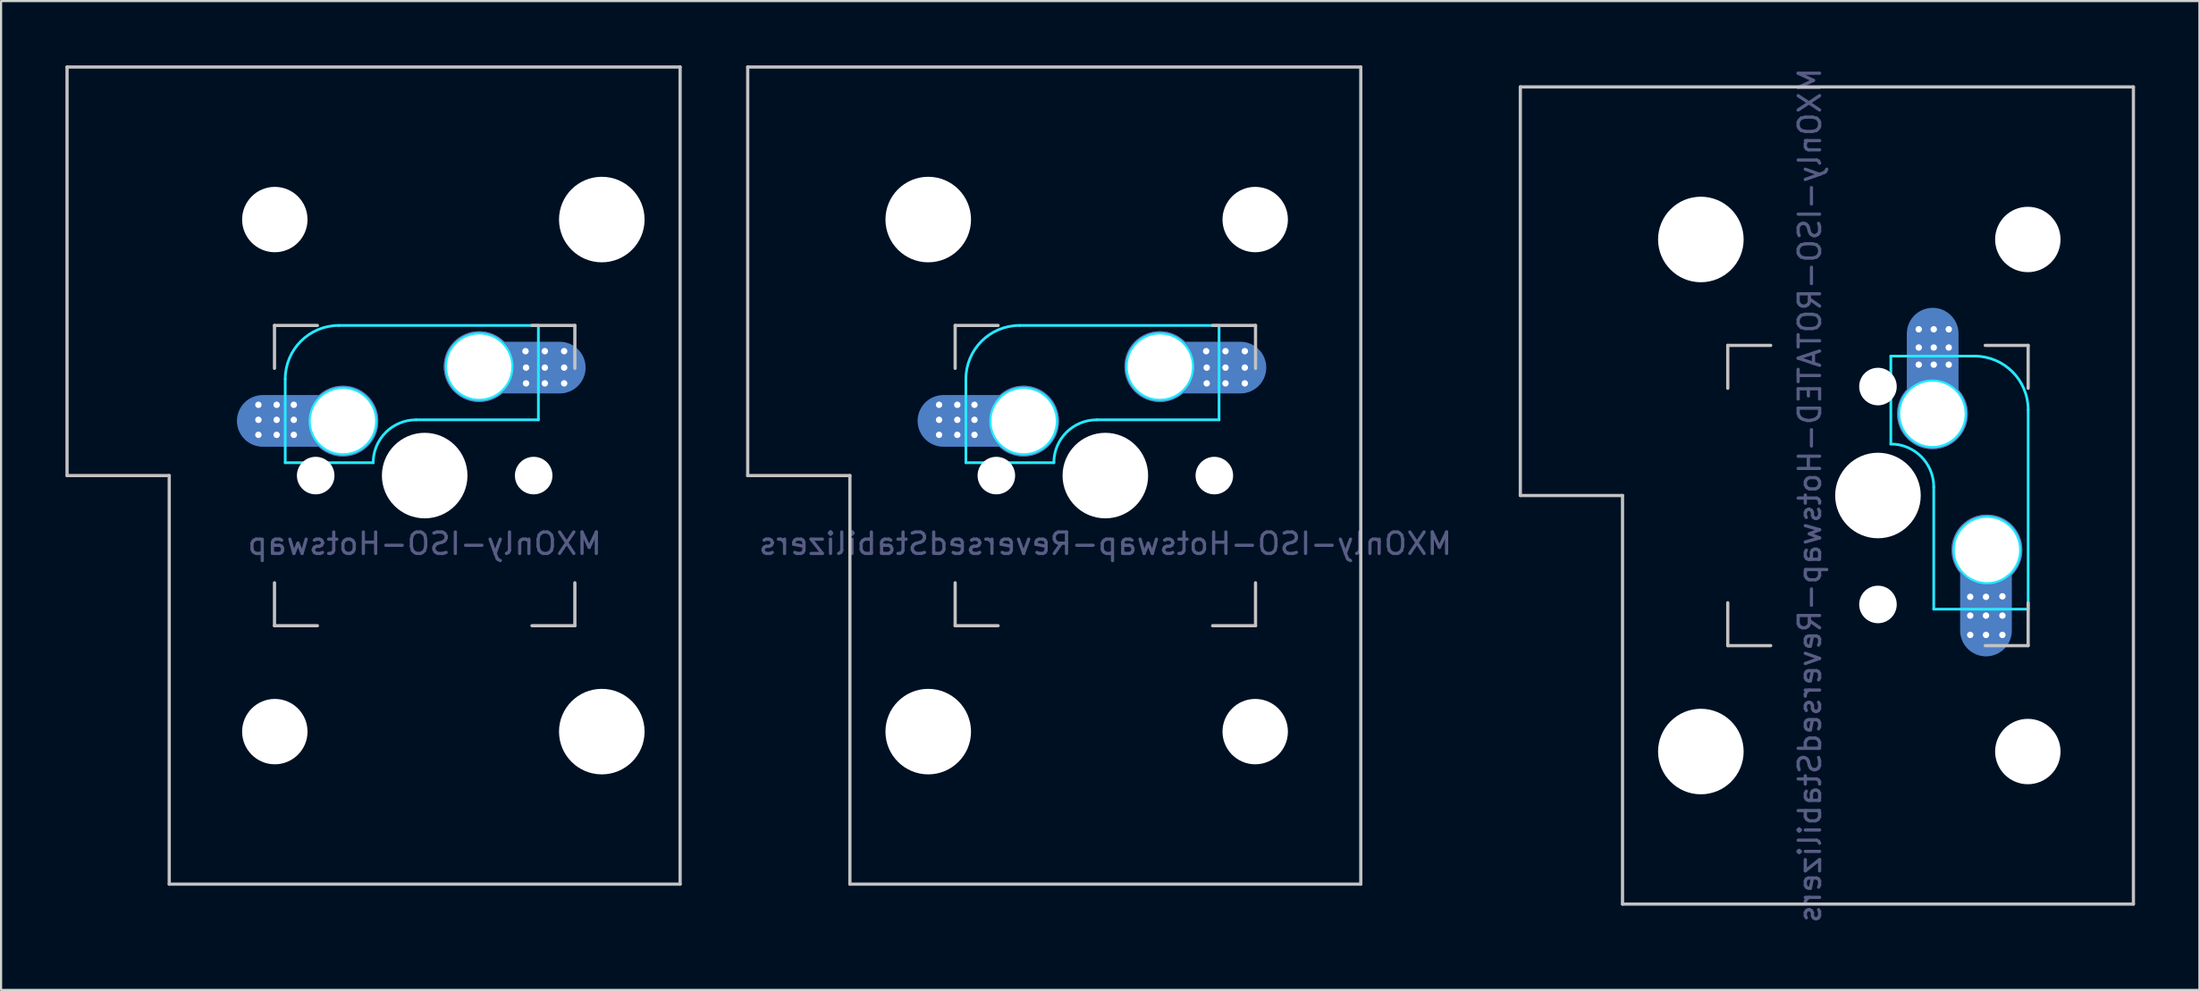
<source format=kicad_pcb>
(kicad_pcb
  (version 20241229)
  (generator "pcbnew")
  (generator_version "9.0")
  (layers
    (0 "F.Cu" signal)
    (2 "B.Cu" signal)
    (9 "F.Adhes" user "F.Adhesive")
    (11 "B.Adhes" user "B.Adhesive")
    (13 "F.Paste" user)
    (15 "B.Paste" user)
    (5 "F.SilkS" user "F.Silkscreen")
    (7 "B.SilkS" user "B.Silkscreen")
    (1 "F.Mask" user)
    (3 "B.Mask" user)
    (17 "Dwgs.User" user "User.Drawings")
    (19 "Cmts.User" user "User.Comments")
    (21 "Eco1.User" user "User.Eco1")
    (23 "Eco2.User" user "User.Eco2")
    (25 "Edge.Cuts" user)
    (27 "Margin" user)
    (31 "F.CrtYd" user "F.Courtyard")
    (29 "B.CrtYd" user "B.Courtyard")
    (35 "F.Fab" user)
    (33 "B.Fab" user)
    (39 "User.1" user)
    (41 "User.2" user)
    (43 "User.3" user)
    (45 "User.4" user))
  (footprint "MXOnly-ISO-Hotswap"
    (layer "F.Cu")
    (at 16.744 19.125)
    (property "Reference" "MXOnly-ISO-Hotswap" (at 0 3.175 0) (layer "B.Fab") (effects (font (size 1 1) (thickness 0.15)) (justify mirror)))
    (attr through_hole)
    (fp_line (start -16.669 -19.05) (end -16.669 0) (stroke (width 0.15) (type solid)) (layer "Dwgs.User"))
    (fp_line (start -16.669 -19.05) (end 11.906 -19.05) (stroke (width 0.15) (type solid)) (layer "Dwgs.User"))
    (fp_line (start -11.906 0) (end -16.669 0) (stroke (width 0.15) (type solid)) (layer "Dwgs.User"))
    (fp_line (start -11.906 19.05) (end -11.906 0) (stroke (width 0.15) (type solid)) (layer "Dwgs.User"))
    (fp_line (start -11.906 19.05) (end 11.906 19.05) (stroke (width 0.15) (type solid)) (layer "Dwgs.User"))
    (fp_line (start -7 -7) (end -7 -5) (stroke (width 0.15) (type solid)) (layer "Dwgs.User"))
    (fp_line (start -7 5) (end -7 7) (stroke (width 0.15) (type solid)) (layer "Dwgs.User"))
    (fp_line (start -7 7) (end -5 7) (stroke (width 0.15) (type solid)) (layer "Dwgs.User"))
    (fp_line (start -5 -7) (end -7 -7) (stroke (width 0.15) (type solid)) (layer "Dwgs.User"))
    (fp_line (start 5 -7) (end 7 -7) (stroke (width 0.15) (type solid)) (layer "Dwgs.User"))
    (fp_line (start 5 7) (end 7 7) (stroke (width 0.15) (type solid)) (layer "Dwgs.User"))
    (fp_line (start 7 -5) (end 7 -7) (stroke (width 0.15) (type solid)) (layer "Dwgs.User"))
    (fp_line (start 7 7) (end 7 5) (stroke (width 0.15) (type solid)) (layer "Dwgs.User"))
    (fp_line (start 11.906 -19.05) (end 11.906 19.05) (stroke (width 0.15) (type solid)) (layer "Dwgs.User"))
    (fp_line (start -6.5 -4.5) (end -6.5 -0.6) (stroke (width 0.127) (type solid)) (layer "B.CrtYd"))
    (fp_line (start -6.5 -0.6) (end -2.4 -0.6) (stroke (width 0.127) (type solid)) (layer "B.CrtYd"))
    (fp_line (start -0.4 -2.6) (end 5.3 -2.6) (stroke (width 0.127) (type solid)) (layer "B.CrtYd"))
    (fp_line (start 5.3 -7) (end -4 -7) (stroke (width 0.127) (type solid)) (layer "B.CrtYd"))
    (fp_line (start 5.3 -7) (end 5.3 -2.6) (stroke (width 0.127) (type solid)) (layer "B.CrtYd"))
    (fp_arc (start -6.5 -4.5) (mid -5.767767 -6.267767) (end -4 -7) (stroke (width 0.127) (type solid)) (layer "B.CrtYd"))
    (fp_arc (start -2.4 -0.6) (mid -1.814214 -2.014214) (end -0.4 -2.6) (stroke (width 0.127) (type solid)) (layer "B.CrtYd"))
    (fp_circle (center -3.81 -2.54) (end -2.286 -2.54) (stroke (width 0.15) (type solid)) (fill no) (layer "B.CrtYd"))
    (fp_circle (center 2.54 -5.08) (end 2.54 -6.604) (stroke (width 0.15) (type solid)) (fill no) (layer "B.CrtYd"))
    (pad "" np_thru_hole circle (at -6.985 -11.938) (size 3.048 3.048) (drill 3.048) (layers "*.Cu" "*.Mask"))
    (pad "" np_thru_hole circle (at -6.985 11.938) (size 3.048 3.048) (drill 3.048) (layers "*.Cu" "*.Mask"))
    (pad "" np_thru_hole circle (at -5.08 0 48.1) (size 1.75 1.75) (drill 1.75) (layers "*.Cu" "*.Mask"))
    (pad "" np_thru_hole circle (at 0 0) (size 3.988 3.988) (drill 3.988) (layers "*.Cu" "*.Mask"))
    (pad "" np_thru_hole circle (at 5.08 0 48.1) (size 1.75 1.75) (drill 1.75) (layers "*.Cu" "*.Mask"))
    (pad "" np_thru_hole circle (at 8.255 -11.938) (size 3.988 3.988) (drill 3.988) (layers "*.Cu" "*.Mask"))
    (pad "" np_thru_hole circle (at 8.255 11.938) (size 3.988 3.988) (drill 3.988) (layers "*.Cu" "*.Mask"))
    (pad "1" thru_hole circle (at 2.54 -5.08) (size 3.3 3.3) (drill 3) (layers "*.Cu" "B.Mask"))
    (pad "1" thru_hole circle (at 4.7 -5.8) (size 0.4 0.4) (drill 0.3) (layers "*.Cu" "B.Mask"))
    (pad "1" thru_hole circle (at 4.725 -5.035) (size 0.4 0.4) (drill 0.3) (layers "*.Cu" "B.Mask"))
    (pad "1" thru_hole circle (at 4.725 -4.3) (size 0.4 0.4) (drill 0.3) (layers "*.Cu" "B.Mask"))
    (pad "1" smd oval (at 4.75 -5.035) (size 5.5 2.41) (layers "B.Cu" "B.Mask" "B.Paste"))
    (pad "1" thru_hole circle (at 5.6 -5.8) (size 0.4 0.4) (drill 0.3) (layers "*.Cu" "B.Mask"))
    (pad "1" thru_hole circle (at 5.6 -5.035) (size 0.4 0.4) (drill 0.3) (layers "*.Cu" "B.Mask"))
    (pad "1" thru_hole circle (at 5.6 -4.3) (size 0.4 0.4) (drill 0.3) (layers "*.Cu" "B.Mask"))
    (pad "1" thru_hole circle (at 6.5 -5.8) (size 0.4 0.4) (drill 0.3) (layers "*.Cu" "B.Mask"))
    (pad "1" thru_hole circle (at 6.5 -5.035) (size 0.4 0.4) (drill 0.3) (layers "*.Cu" "B.Mask"))
    (pad "1" thru_hole circle (at 6.5 -4.3) (size 0.4 0.4) (drill 0.3) (layers "*.Cu" "B.Mask"))
    (pad "2" thru_hole circle (at -7.75 -3.3) (size 0.4 0.4) (drill 0.3) (layers "*.Cu" "B.Mask"))
    (pad "2" thru_hole circle (at -7.75 -2.6) (size 0.4 0.4) (drill 0.3) (layers "*.Cu" "B.Mask"))
    (pad "2" thru_hole circle (at -7.75 -1.9) (size 0.4 0.4) (drill 0.3) (layers "*.Cu" "B.Mask"))
    (pad "2" thru_hole circle (at -6.9 -3.3) (size 0.4 0.4) (drill 0.3) (layers "*.Cu" "B.Mask"))
    (pad "2" thru_hole circle (at -6.9 -2.6) (size 0.4 0.4) (drill 0.3) (layers "*.Cu" "B.Mask"))
    (pad "2" thru_hole circle (at -6.9 -1.9) (size 0.4 0.4) (drill 0.3) (layers "*.Cu" "B.Mask"))
    (pad "2" thru_hole circle (at -6.1 -3.3) (size 0.4 0.4) (drill 0.3) (layers "*.Cu" "B.Mask"))
    (pad "2" thru_hole circle (at -6.1 -2.6) (size 0.4 0.4) (drill 0.3) (layers "*.Cu" "B.Mask"))
    (pad "2" thru_hole circle (at -6.1 -1.9) (size 0.4 0.4) (drill 0.3) (layers "*.Cu" "B.Mask"))
    (pad "2" smd oval (at -6 -2.55) (size 5.5 2.41) (layers "B.Cu" "B.Mask" "B.Paste"))
    (pad "2" thru_hole circle (at -3.81 -2.54) (size 3.3 3.3) (drill 3) (layers "*.Cu" "B.Mask")))
  (footprint "MXOnly-ISO-Hotswap-ReversedStabilizers"
    (layer "F.Cu")
    (at 48.469 19.125)
    (property "Reference" "MXOnly-ISO-Hotswap-ReversedStabilizers" (at 0 3.175 0) (layer "B.Fab") (effects (font (size 1 1) (thickness 0.15)) (justify mirror)))
    (attr through_hole)
    (fp_line (start -16.669 -19.05) (end -16.669 0) (stroke (width 0.15) (type solid)) (layer "Dwgs.User"))
    (fp_line (start -16.669 -19.05) (end 11.906 -19.05) (stroke (width 0.15) (type solid)) (layer "Dwgs.User"))
    (fp_line (start -11.906 0) (end -16.669 0) (stroke (width 0.15) (type solid)) (layer "Dwgs.User"))
    (fp_line (start -11.906 19.05) (end -11.906 0) (stroke (width 0.15) (type solid)) (layer "Dwgs.User"))
    (fp_line (start -11.906 19.05) (end 11.906 19.05) (stroke (width 0.15) (type solid)) (layer "Dwgs.User"))
    (fp_line (start -7 -7) (end -7 -5) (stroke (width 0.15) (type solid)) (layer "Dwgs.User"))
    (fp_line (start -7 5) (end -7 7) (stroke (width 0.15) (type solid)) (layer "Dwgs.User"))
    (fp_line (start -7 7) (end -5 7) (stroke (width 0.15) (type solid)) (layer "Dwgs.User"))
    (fp_line (start -5 -7) (end -7 -7) (stroke (width 0.15) (type solid)) (layer "Dwgs.User"))
    (fp_line (start 5 -7) (end 7 -7) (stroke (width 0.15) (type solid)) (layer "Dwgs.User"))
    (fp_line (start 5 7) (end 7 7) (stroke (width 0.15) (type solid)) (layer "Dwgs.User"))
    (fp_line (start 7 -5) (end 7 -7) (stroke (width 0.15) (type solid)) (layer "Dwgs.User"))
    (fp_line (start 7 7) (end 7 5) (stroke (width 0.15) (type solid)) (layer "Dwgs.User"))
    (fp_line (start 11.906 -19.05) (end 11.906 19.05) (stroke (width 0.15) (type solid)) (layer "Dwgs.User"))
    (fp_line (start -6.5 -4.5) (end -6.5 -0.6) (stroke (width 0.127) (type solid)) (layer "B.CrtYd"))
    (fp_line (start -6.5 -0.6) (end -2.4 -0.6) (stroke (width 0.127) (type solid)) (layer "B.CrtYd"))
    (fp_line (start -0.4 -2.6) (end 5.3 -2.6) (stroke (width 0.127) (type solid)) (layer "B.CrtYd"))
    (fp_line (start 5.3 -7) (end -4 -7) (stroke (width 0.127) (type solid)) (layer "B.CrtYd"))
    (fp_line (start 5.3 -7) (end 5.3 -2.6) (stroke (width 0.127) (type solid)) (layer "B.CrtYd"))
    (fp_arc (start -6.5 -4.5) (mid -5.767767 -6.267767) (end -4 -7) (stroke (width 0.127) (type solid)) (layer "B.CrtYd"))
    (fp_arc (start -2.4 -0.6) (mid -1.814214 -2.014214) (end -0.4 -2.6) (stroke (width 0.127) (type solid)) (layer "B.CrtYd"))
    (fp_circle (center -3.81 -2.54) (end -2.286 -2.54) (stroke (width 0.15) (type solid)) (fill no) (layer "B.CrtYd"))
    (fp_circle (center 2.54 -5.08) (end 2.54 -6.604) (stroke (width 0.15) (type solid)) (fill no) (layer "B.CrtYd"))
    (pad "" np_thru_hole circle (at -8.255 -11.938) (size 3.988 3.988) (drill 3.988) (layers "*.Cu" "*.Mask"))
    (pad "" np_thru_hole circle (at -8.255 11.938) (size 3.988 3.988) (drill 3.988) (layers "*.Cu" "*.Mask"))
    (pad "" np_thru_hole circle (at -5.08 0 48.1) (size 1.75 1.75) (drill 1.75) (layers "*.Cu" "*.Mask"))
    (pad "" np_thru_hole circle (at 0 0) (size 3.988 3.988) (drill 3.988) (layers "*.Cu" "*.Mask"))
    (pad "" np_thru_hole circle (at 5.08 0 48.1) (size 1.75 1.75) (drill 1.75) (layers "*.Cu" "*.Mask"))
    (pad "" np_thru_hole circle (at 6.985 -11.938) (size 3.048 3.048) (drill 3.048) (layers "*.Cu" "*.Mask"))
    (pad "" np_thru_hole circle (at 6.985 11.938) (size 3.048 3.048) (drill 3.048) (layers "*.Cu" "*.Mask"))
    (pad "1" thru_hole circle (at 2.54 -5.08) (size 3.3 3.3) (drill 3) (layers "*.Cu" "B.Mask"))
    (pad "1" thru_hole circle (at 4.7 -5.8) (size 0.4 0.4) (drill 0.3) (layers "*.Cu" "B.Mask"))
    (pad "1" thru_hole circle (at 4.725 -5.035) (size 0.4 0.4) (drill 0.3) (layers "*.Cu" "B.Mask"))
    (pad "1" thru_hole circle (at 4.725 -4.3) (size 0.4 0.4) (drill 0.3) (layers "*.Cu" "B.Mask"))
    (pad "1" smd oval (at 4.75 -5.035) (size 5.5 2.41) (layers "B.Cu" "B.Mask" "B.Paste"))
    (pad "1" thru_hole circle (at 5.6 -5.8) (size 0.4 0.4) (drill 0.3) (layers "*.Cu" "B.Mask"))
    (pad "1" thru_hole circle (at 5.6 -5.035) (size 0.4 0.4) (drill 0.3) (layers "*.Cu" "B.Mask"))
    (pad "1" thru_hole circle (at 5.6 -4.3) (size 0.4 0.4) (drill 0.3) (layers "*.Cu" "B.Mask"))
    (pad "1" thru_hole circle (at 6.5 -5.8) (size 0.4 0.4) (drill 0.3) (layers "*.Cu" "B.Mask"))
    (pad "1" thru_hole circle (at 6.5 -5.035) (size 0.4 0.4) (drill 0.3) (layers "*.Cu" "B.Mask"))
    (pad "1" thru_hole circle (at 6.5 -4.3) (size 0.4 0.4) (drill 0.3) (layers "*.Cu" "B.Mask"))
    (pad "2" thru_hole circle (at -7.75 -3.3) (size 0.4 0.4) (drill 0.3) (layers "*.Cu" "B.Mask"))
    (pad "2" thru_hole circle (at -7.75 -2.6) (size 0.4 0.4) (drill 0.3) (layers "*.Cu" "B.Mask"))
    (pad "2" thru_hole circle (at -7.75 -1.9) (size 0.4 0.4) (drill 0.3) (layers "*.Cu" "B.Mask"))
    (pad "2" thru_hole circle (at -6.9 -3.3) (size 0.4 0.4) (drill 0.3) (layers "*.Cu" "B.Mask"))
    (pad "2" thru_hole circle (at -6.9 -2.6) (size 0.4 0.4) (drill 0.3) (layers "*.Cu" "B.Mask"))
    (pad "2" thru_hole circle (at -6.9 -1.9) (size 0.4 0.4) (drill 0.3) (layers "*.Cu" "B.Mask"))
    (pad "2" thru_hole circle (at -6.1 -3.3) (size 0.4 0.4) (drill 0.3) (layers "*.Cu" "B.Mask"))
    (pad "2" thru_hole circle (at -6.1 -2.6) (size 0.4 0.4) (drill 0.3) (layers "*.Cu" "B.Mask"))
    (pad "2" thru_hole circle (at -6.1 -1.9) (size 0.4 0.4) (drill 0.3) (layers "*.Cu" "B.Mask"))
    (pad "2" smd oval (at -6 -2.55) (size 5.5 2.41) (layers "B.Cu" "B.Mask" "B.Paste"))
    (pad "2" thru_hole circle (at -3.81 -2.54) (size 3.3 3.3) (drill 3) (layers "*.Cu" "B.Mask")))
  (footprint "MXOnly-ISO-ROTATED-Hotswap-ReversedStabilizers"
    (layer "F.Cu")
    (at 84.48 20.054)
    (property "Reference" "MXOnly-ISO-ROTATED-Hotswap-ReversedStabilizers" (at -3.175 0 90) (layer "B.Fab") (effects (font (size 1 1) (thickness 0.15)) (justify mirror)))
    (attr through_hole)
    (fp_line (start -16.669 -19.05) (end -16.669 0) (stroke (width 0.15) (type solid)) (layer "Dwgs.User"))
    (fp_line (start -16.669 -19.05) (end 11.906 -19.05) (stroke (width 0.15) (type solid)) (layer "Dwgs.User"))
    (fp_line (start -11.906 0) (end -16.669 0) (stroke (width 0.15) (type solid)) (layer "Dwgs.User"))
    (fp_line (start -11.906 19.05) (end -11.906 0) (stroke (width 0.15) (type solid)) (layer "Dwgs.User"))
    (fp_line (start -11.906 19.05) (end 11.906 19.05) (stroke (width 0.15) (type solid)) (layer "Dwgs.User"))
    (fp_line (start -7 -7) (end -7 -5) (stroke (width 0.15) (type solid)) (layer "Dwgs.User"))
    (fp_line (start -7 5) (end -7 7) (stroke (width 0.15) (type solid)) (layer "Dwgs.User"))
    (fp_line (start -7 7) (end -5 7) (stroke (width 0.15) (type solid)) (layer "Dwgs.User"))
    (fp_line (start -5 -7) (end -7 -7) (stroke (width 0.15) (type solid)) (layer "Dwgs.User"))
    (fp_line (start 5 7) (end 7 7) (stroke (width 0.15) (type solid)) (layer "Dwgs.User"))
    (fp_line (start 7 -7) (end 5 -7) (stroke (width 0.15) (type solid)) (layer "Dwgs.User"))
    (fp_line (start 7 -5) (end 7 -7) (stroke (width 0.15) (type solid)) (layer "Dwgs.User"))
    (fp_line (start 7 5) (end 7 7) (stroke (width 0.15) (type solid)) (layer "Dwgs.User"))
    (fp_line (start 11.906 -19.05) (end 11.906 19.05) (stroke (width 0.15) (type solid)) (layer "Dwgs.User"))
    (fp_line (start 0.6 -6.5) (end 0.6 -2.4) (stroke (width 0.127) (type solid)) (layer "B.CrtYd"))
    (fp_line (start 2.6 -0.4) (end 2.6 5.3) (stroke (width 0.127) (type solid)) (layer "B.CrtYd"))
    (fp_line (start 4.5 -6.5) (end 0.6 -6.5) (stroke (width 0.127) (type solid)) (layer "B.CrtYd"))
    (fp_line (start 7 5.3) (end 2.6 5.3) (stroke (width 0.127) (type solid)) (layer "B.CrtYd"))
    (fp_line (start 7 5.3) (end 7 -4) (stroke (width 0.127) (type solid)) (layer "B.CrtYd"))
    (fp_arc (start 0.6 -2.4) (mid 2.014214 -1.814214) (end 2.6 -0.4) (stroke (width 0.127) (type solid)) (layer "B.CrtYd"))
    (fp_arc (start 4.5 -6.5) (mid 6.267767 -5.767767) (end 7 -4) (stroke (width 0.127) (type solid)) (layer "B.CrtYd"))
    (fp_circle (center 2.54 -3.81) (end 2.54 -2.286) (stroke (width 0.15) (type solid)) (fill no) (layer "B.CrtYd"))
    (fp_circle (center 5.08 2.54) (end 6.604 2.54) (stroke (width 0.15) (type solid)) (fill no) (layer "B.CrtYd"))
    (pad "" np_thru_hole circle (at -8.255 -11.938) (size 3.988 3.988) (drill 3.988) (layers "*.Cu" "*.Mask"))
    (pad "" np_thru_hole circle (at -8.255 11.938) (size 3.988 3.988) (drill 3.988) (layers "*.Cu" "*.Mask"))
    (pad "" np_thru_hole circle (at 0 -5.08 318.1) (size 1.75 1.75) (drill 1.75) (layers "*.Cu" "*.Mask"))
    (pad "" np_thru_hole circle (at 0 0 270) (size 3.988 3.988) (drill 3.988) (layers "*.Cu" "*.Mask"))
    (pad "" np_thru_hole circle (at 0 5.08 318.1) (size 1.75 1.75) (drill 1.75) (layers "*.Cu" "*.Mask"))
    (pad "" np_thru_hole circle (at 6.985 -11.938) (size 3.048 3.048) (drill 3.048) (layers "*.Cu" "*.Mask"))
    (pad "" np_thru_hole circle (at 6.985 11.938) (size 3.048 3.048) (drill 3.048) (layers "*.Cu" "*.Mask"))
    (pad "1" thru_hole circle (at 4.3 4.725 270) (size 0.4 0.4) (drill 0.3) (layers "*.Cu" "B.Mask"))
    (pad "1" thru_hole circle (at 4.3 5.6 270) (size 0.4 0.4) (drill 0.3) (layers "*.Cu" "B.Mask"))
    (pad "1" thru_hole circle (at 4.3 6.5 270) (size 0.4 0.4) (drill 0.3) (layers "*.Cu" "B.Mask"))
    (pad "1" thru_hole circle (at 5.035 4.725 270) (size 0.4 0.4) (drill 0.3) (layers "*.Cu" "B.Mask"))
    (pad "1" smd oval (at 5.035 4.75 270) (size 5.5 2.41) (layers "B.Cu" "B.Mask" "B.Paste"))
    (pad "1" thru_hole circle (at 5.035 5.6 270) (size 0.4 0.4) (drill 0.3) (layers "*.Cu" "B.Mask"))
    (pad "1" thru_hole circle (at 5.035 6.5 270) (size 0.4 0.4) (drill 0.3) (layers "*.Cu" "B.Mask"))
    (pad "1" thru_hole circle (at 5.08 2.54 270) (size 3.3 3.3) (drill 3) (layers "*.Cu" "B.Mask"))
    (pad "1" thru_hole circle (at 5.8 4.7 270) (size 0.4 0.4) (drill 0.3) (layers "*.Cu" "B.Mask"))
    (pad "1" thru_hole circle (at 5.8 5.6 270) (size 0.4 0.4) (drill 0.3) (layers "*.Cu" "B.Mask"))
    (pad "1" thru_hole circle (at 5.8 6.5 270) (size 0.4 0.4) (drill 0.3) (layers "*.Cu" "B.Mask"))
    (pad "2" thru_hole circle (at 1.9 -7.75 270) (size 0.4 0.4) (drill 0.3) (layers "*.Cu" "B.Mask"))
    (pad "2" thru_hole circle (at 1.9 -6.9 270) (size 0.4 0.4) (drill 0.3) (layers "*.Cu" "B.Mask"))
    (pad "2" thru_hole circle (at 1.9 -6.1 270) (size 0.4 0.4) (drill 0.3) (layers "*.Cu" "B.Mask"))
    (pad "2" thru_hole circle (at 2.54 -3.81 270) (size 3.3 3.3) (drill 3) (layers "*.Cu" "B.Mask"))
    (pad "2" smd oval (at 2.55 -6 270) (size 5.5 2.41) (layers "B.Cu" "B.Mask" "B.Paste"))
    (pad "2" thru_hole circle (at 2.6 -7.75 270) (size 0.4 0.4) (drill 0.3) (layers "*.Cu" "B.Mask"))
    (pad "2" thru_hole circle (at 2.6 -6.9 270) (size 0.4 0.4) (drill 0.3) (layers "*.Cu" "B.Mask"))
    (pad "2" thru_hole circle (at 2.6 -6.1 270) (size 0.4 0.4) (drill 0.3) (layers "*.Cu" "B.Mask"))
    (pad "2" thru_hole circle (at 3.3 -7.75 270) (size 0.4 0.4) (drill 0.3) (layers "*.Cu" "B.Mask"))
    (pad "2" thru_hole circle (at 3.3 -6.9 270) (size 0.4 0.4) (drill 0.3) (layers "*.Cu" "B.Mask"))
    (pad "2" thru_hole circle (at 3.3 -6.1 270) (size 0.4 0.4) (drill 0.3) (layers "*.Cu" "B.Mask")))
  (gr_rect
    (start -3 -3)
    (end 99.462 43.107)
    (stroke (width 0.1) (type default))
    (fill no)
    (layer "Edge.Cuts")))
</source>
